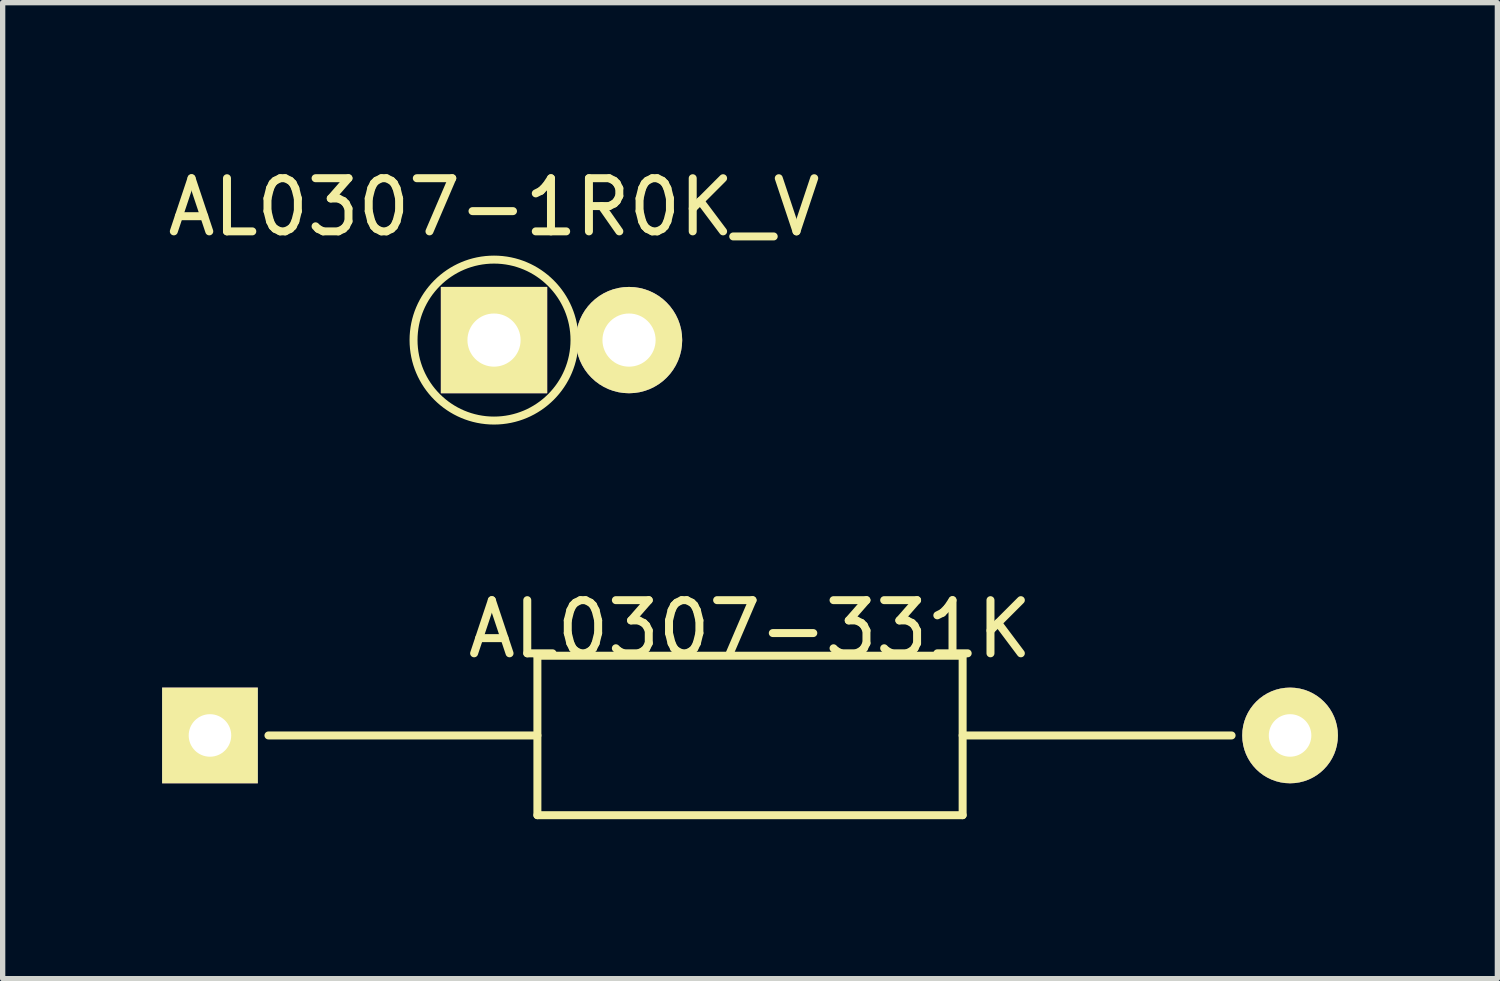
<source format=kicad_pcb>
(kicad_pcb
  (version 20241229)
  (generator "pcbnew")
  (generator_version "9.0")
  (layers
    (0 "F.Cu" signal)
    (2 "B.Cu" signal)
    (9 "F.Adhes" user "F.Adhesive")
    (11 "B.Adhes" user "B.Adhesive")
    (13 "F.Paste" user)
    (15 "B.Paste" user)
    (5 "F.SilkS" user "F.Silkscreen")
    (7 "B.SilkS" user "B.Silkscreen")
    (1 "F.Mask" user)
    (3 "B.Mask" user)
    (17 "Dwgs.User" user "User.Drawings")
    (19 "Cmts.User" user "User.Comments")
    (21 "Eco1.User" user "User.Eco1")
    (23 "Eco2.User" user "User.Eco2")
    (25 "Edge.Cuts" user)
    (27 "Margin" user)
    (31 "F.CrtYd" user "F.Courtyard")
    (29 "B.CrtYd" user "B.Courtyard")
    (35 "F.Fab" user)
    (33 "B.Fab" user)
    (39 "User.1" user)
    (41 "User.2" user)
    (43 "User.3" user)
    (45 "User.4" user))
  (footprint "AL0307-1R0K_V"
    (layer "F.Cu")
    (at 6.244 3.348)
    (property "Reference" "AL0307-1R0K_V" (at 0 -2.5 0) (layer "F.SilkS") (effects (font (size 1 1) (thickness 0.15))))
    (attr through_hole)
    (fp_circle (center 0 0) (end 0 -1.514) (stroke (width 0.15) (type solid)) (fill no) (layer "F.SilkS"))
    (pad "1" thru_hole rect (at 0 0) (size 2 2) (drill 1) (layers "*.Cu" "*.Mask" "F.SilkS"))
    (pad "2" thru_hole circle (at 2.54 0) (size 2 2) (drill 1) (layers "*.Cu" "*.Mask" "F.SilkS")))
  (footprint "AL0307-331K"
    (layer "F.Cu")
    (at 0.9 10.786)
    (property "Reference" "AL0307-331K" (at 10.16 -2 0) (layer "F.SilkS") (effects (font (size 1 1) (thickness 0.15))))
    (attr through_hole)
    (fp_line (start 1.1 0) (end 6.16 0) (stroke (width 0.15) (type solid)) (layer "F.SilkS"))
    (fp_line (start 6.16 -1.5) (end 6.16 1.5) (stroke (width 0.15) (type solid)) (layer "F.SilkS"))
    (fp_line (start 6.16 -1.5) (end 14.16 -1.5) (stroke (width 0.15) (type solid)) (layer "F.SilkS"))
    (fp_line (start 6.16 1.5) (end 14.16 1.5) (stroke (width 0.15) (type solid)) (layer "F.SilkS"))
    (fp_line (start 14.16 0) (end 19.22 0) (stroke (width 0.15) (type solid)) (layer "F.SilkS"))
    (fp_line (start 14.16 1.5) (end 14.16 -1.5) (stroke (width 0.15) (type solid)) (layer "F.SilkS"))
    (pad "1" thru_hole rect (at 0 0) (size 1.8 1.8) (drill 0.8) (layers "*.Cu" "*.Mask" "F.SilkS"))
    (pad "2" thru_hole circle (at 20.32 0) (size 1.8 1.8) (drill 0.8) (layers "*.Cu" "*.Mask" "F.SilkS")))
  (gr_rect
    (start -3 -3)
    (end 25.12 15.361)
    (stroke (width 0.1) (type default))
    (fill no)
    (layer "Edge.Cuts")))
</source>
